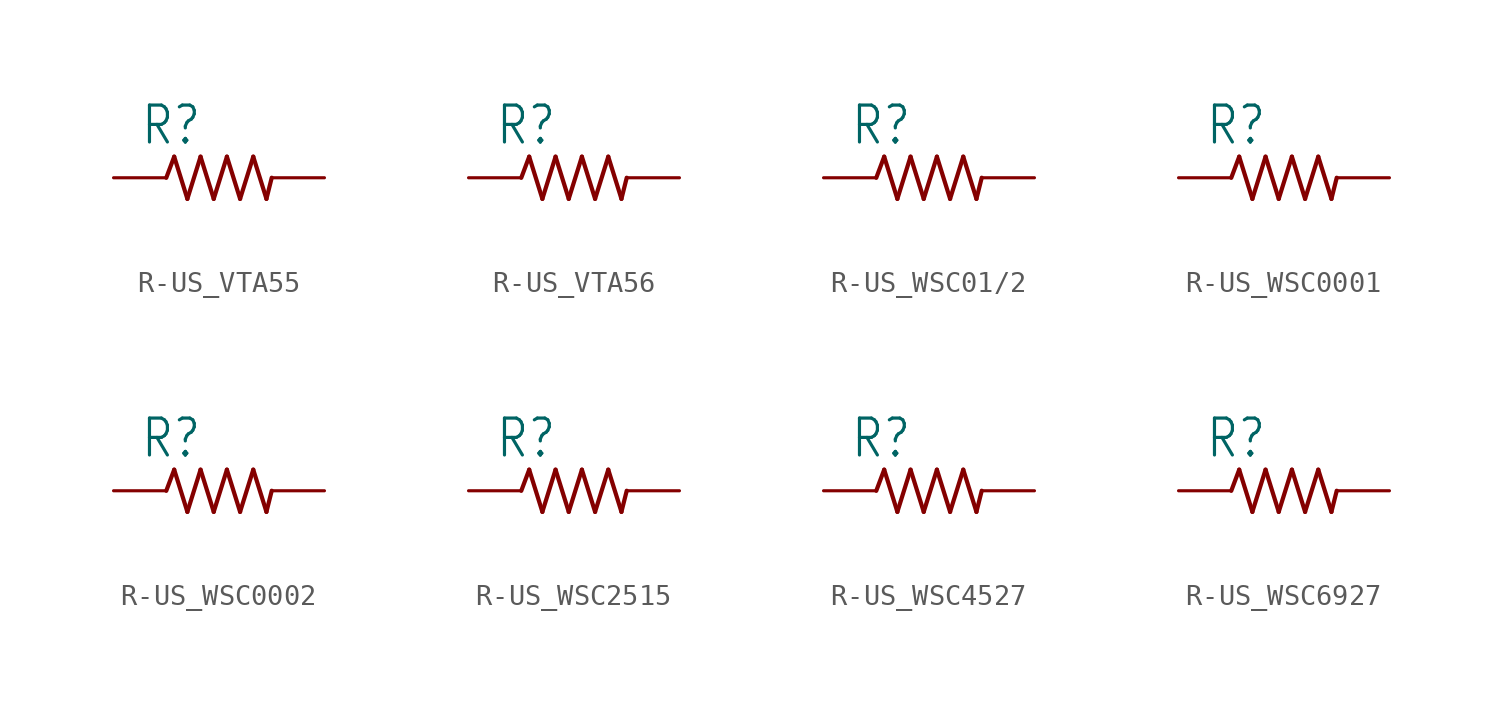
<source format=kicad_sym>
(kicad_symbol_lib
  (version 20220914)
  (generator kicad_symbol_editor)
  (symbol "R-US_VTA55"
    (property "Reference" "R"
      (at -3.81 1.499 0)
      (effects (font (size 1.778 1.511)) (justify left bottom)))
    (property "Value" ""
      (at -3.81 -3.302 0)
      (effects (font (size 1.778 1.511)) (justify left bottom)))
    (property "ki_locked" ""
      (at 0 0 0)
      (effects (font (size 1.27 1.27))))
    (symbol "R-US_VTA55_1_0"
      (polyline (pts (xy -2.54 0) (xy -2.159 1.016)) (stroke (width 0.203) (type solid)) (fill (type none)))
      (polyline (pts (xy -2.159 1.016) (xy -1.524 -1.016)) (stroke (width 0.203) (type solid)) (fill (type none)))
      (polyline (pts (xy -1.524 -1.016) (xy -0.889 1.016)) (stroke (width 0.203) (type solid)) (fill (type none)))
      (polyline (pts (xy -0.889 1.016) (xy -0.254 -1.016)) (stroke (width 0.203) (type solid)) (fill (type none)))
      (polyline (pts (xy -0.254 -1.016) (xy 0.381 1.016)) (stroke (width 0.203) (type solid)) (fill (type none)))
      (polyline (pts (xy 0.381 1.016) (xy 1.016 -1.016)) (stroke (width 0.203) (type solid)) (fill (type none)))
      (polyline (pts (xy 1.016 -1.016) (xy 1.651 1.016)) (stroke (width 0.203) (type solid)) (fill (type none)))
      (polyline (pts (xy 1.651 1.016) (xy 2.286 -1.016)) (stroke (width 0.203) (type solid)) (fill (type none)))
      (polyline (pts (xy 2.286 -1.016) (xy 2.54 0)) (stroke (width 0.203) (type solid)) (fill (type none)))
      (pin passive line (at -5.08 0 0) (length 2.54) (name "1" (effects (font (size 0 0)))) (number "1" (effects (font (size 0 0)))))
      (pin passive line (at 5.08 0 180) (length 2.54) (name "2" (effects (font (size 0 0)))) (number "2" (effects (font (size 0 0)))))))
  (symbol "R-US_VTA56"
    (property "Reference" "R"
      (at -3.81 1.499 0)
      (effects (font (size 1.778 1.511)) (justify left bottom)))
    (property "Value" ""
      (at -3.81 -3.302 0)
      (effects (font (size 1.778 1.511)) (justify left bottom)))
    (property "ki_locked" ""
      (at 0 0 0)
      (effects (font (size 1.27 1.27))))
    (symbol "R-US_VTA56_1_0"
      (polyline (pts (xy -2.54 0) (xy -2.159 1.016)) (stroke (width 0.203) (type solid)) (fill (type none)))
      (polyline (pts (xy -2.159 1.016) (xy -1.524 -1.016)) (stroke (width 0.203) (type solid)) (fill (type none)))
      (polyline (pts (xy -1.524 -1.016) (xy -0.889 1.016)) (stroke (width 0.203) (type solid)) (fill (type none)))
      (polyline (pts (xy -0.889 1.016) (xy -0.254 -1.016)) (stroke (width 0.203) (type solid)) (fill (type none)))
      (polyline (pts (xy -0.254 -1.016) (xy 0.381 1.016)) (stroke (width 0.203) (type solid)) (fill (type none)))
      (polyline (pts (xy 0.381 1.016) (xy 1.016 -1.016)) (stroke (width 0.203) (type solid)) (fill (type none)))
      (polyline (pts (xy 1.016 -1.016) (xy 1.651 1.016)) (stroke (width 0.203) (type solid)) (fill (type none)))
      (polyline (pts (xy 1.651 1.016) (xy 2.286 -1.016)) (stroke (width 0.203) (type solid)) (fill (type none)))
      (polyline (pts (xy 2.286 -1.016) (xy 2.54 0)) (stroke (width 0.203) (type solid)) (fill (type none)))
      (pin passive line (at -5.08 0 0) (length 2.54) (name "1" (effects (font (size 0 0)))) (number "1" (effects (font (size 0 0)))))
      (pin passive line (at 5.08 0 180) (length 2.54) (name "2" (effects (font (size 0 0)))) (number "2" (effects (font (size 0 0)))))))
  (symbol "R-US_WSC01/2"
    (property "Reference" "R"
      (at -3.81 1.499 0)
      (effects (font (size 1.778 1.511)) (justify left bottom)))
    (property "Value" ""
      (at -3.81 -3.302 0)
      (effects (font (size 1.778 1.511)) (justify left bottom)))
    (property "ki_locked" ""
      (at 0 0 0)
      (effects (font (size 1.27 1.27))))
    (symbol "R-US_WSC01/2_1_0"
      (polyline (pts (xy -2.54 0) (xy -2.159 1.016)) (stroke (width 0.203) (type solid)) (fill (type none)))
      (polyline (pts (xy -2.159 1.016) (xy -1.524 -1.016)) (stroke (width 0.203) (type solid)) (fill (type none)))
      (polyline (pts (xy -1.524 -1.016) (xy -0.889 1.016)) (stroke (width 0.203) (type solid)) (fill (type none)))
      (polyline (pts (xy -0.889 1.016) (xy -0.254 -1.016)) (stroke (width 0.203) (type solid)) (fill (type none)))
      (polyline (pts (xy -0.254 -1.016) (xy 0.381 1.016)) (stroke (width 0.203) (type solid)) (fill (type none)))
      (polyline (pts (xy 0.381 1.016) (xy 1.016 -1.016)) (stroke (width 0.203) (type solid)) (fill (type none)))
      (polyline (pts (xy 1.016 -1.016) (xy 1.651 1.016)) (stroke (width 0.203) (type solid)) (fill (type none)))
      (polyline (pts (xy 1.651 1.016) (xy 2.286 -1.016)) (stroke (width 0.203) (type solid)) (fill (type none)))
      (polyline (pts (xy 2.286 -1.016) (xy 2.54 0)) (stroke (width 0.203) (type solid)) (fill (type none)))
      (pin passive line (at -5.08 0 0) (length 2.54) (name "1" (effects (font (size 0 0)))) (number "1" (effects (font (size 0 0)))))
      (pin passive line (at 5.08 0 180) (length 2.54) (name "2" (effects (font (size 0 0)))) (number "2" (effects (font (size 0 0)))))))
  (symbol "R-US_WSC0001"
    (property "Reference" "R"
      (at -3.81 1.499 0)
      (effects (font (size 1.778 1.511)) (justify left bottom)))
    (property "Value" ""
      (at -3.81 -3.302 0)
      (effects (font (size 1.778 1.511)) (justify left bottom)))
    (property "ki_locked" ""
      (at 0 0 0)
      (effects (font (size 1.27 1.27))))
    (symbol "R-US_WSC0001_1_0"
      (polyline (pts (xy -2.54 0) (xy -2.159 1.016)) (stroke (width 0.203) (type solid)) (fill (type none)))
      (polyline (pts (xy -2.159 1.016) (xy -1.524 -1.016)) (stroke (width 0.203) (type solid)) (fill (type none)))
      (polyline (pts (xy -1.524 -1.016) (xy -0.889 1.016)) (stroke (width 0.203) (type solid)) (fill (type none)))
      (polyline (pts (xy -0.889 1.016) (xy -0.254 -1.016)) (stroke (width 0.203) (type solid)) (fill (type none)))
      (polyline (pts (xy -0.254 -1.016) (xy 0.381 1.016)) (stroke (width 0.203) (type solid)) (fill (type none)))
      (polyline (pts (xy 0.381 1.016) (xy 1.016 -1.016)) (stroke (width 0.203) (type solid)) (fill (type none)))
      (polyline (pts (xy 1.016 -1.016) (xy 1.651 1.016)) (stroke (width 0.203) (type solid)) (fill (type none)))
      (polyline (pts (xy 1.651 1.016) (xy 2.286 -1.016)) (stroke (width 0.203) (type solid)) (fill (type none)))
      (polyline (pts (xy 2.286 -1.016) (xy 2.54 0)) (stroke (width 0.203) (type solid)) (fill (type none)))
      (pin passive line (at -5.08 0 0) (length 2.54) (name "1" (effects (font (size 0 0)))) (number "1" (effects (font (size 0 0)))))
      (pin passive line (at 5.08 0 180) (length 2.54) (name "2" (effects (font (size 0 0)))) (number "2" (effects (font (size 0 0)))))))
  (symbol "R-US_WSC0002"
    (property "Reference" "R"
      (at -3.81 1.499 0)
      (effects (font (size 1.778 1.511)) (justify left bottom)))
    (property "Value" ""
      (at -3.81 -3.302 0)
      (effects (font (size 1.778 1.511)) (justify left bottom)))
    (property "ki_locked" ""
      (at 0 0 0)
      (effects (font (size 1.27 1.27))))
    (symbol "R-US_WSC0002_1_0"
      (polyline (pts (xy -2.54 0) (xy -2.159 1.016)) (stroke (width 0.203) (type solid)) (fill (type none)))
      (polyline (pts (xy -2.159 1.016) (xy -1.524 -1.016)) (stroke (width 0.203) (type solid)) (fill (type none)))
      (polyline (pts (xy -1.524 -1.016) (xy -0.889 1.016)) (stroke (width 0.203) (type solid)) (fill (type none)))
      (polyline (pts (xy -0.889 1.016) (xy -0.254 -1.016)) (stroke (width 0.203) (type solid)) (fill (type none)))
      (polyline (pts (xy -0.254 -1.016) (xy 0.381 1.016)) (stroke (width 0.203) (type solid)) (fill (type none)))
      (polyline (pts (xy 0.381 1.016) (xy 1.016 -1.016)) (stroke (width 0.203) (type solid)) (fill (type none)))
      (polyline (pts (xy 1.016 -1.016) (xy 1.651 1.016)) (stroke (width 0.203) (type solid)) (fill (type none)))
      (polyline (pts (xy 1.651 1.016) (xy 2.286 -1.016)) (stroke (width 0.203) (type solid)) (fill (type none)))
      (polyline (pts (xy 2.286 -1.016) (xy 2.54 0)) (stroke (width 0.203) (type solid)) (fill (type none)))
      (pin passive line (at -5.08 0 0) (length 2.54) (name "1" (effects (font (size 0 0)))) (number "1" (effects (font (size 0 0)))))
      (pin passive line (at 5.08 0 180) (length 2.54) (name "2" (effects (font (size 0 0)))) (number "2" (effects (font (size 0 0)))))))
  (symbol "R-US_WSC2515"
    (property "Reference" "R"
      (at -3.81 1.499 0)
      (effects (font (size 1.778 1.511)) (justify left bottom)))
    (property "Value" ""
      (at -3.81 -3.302 0)
      (effects (font (size 1.778 1.511)) (justify left bottom)))
    (property "ki_locked" ""
      (at 0 0 0)
      (effects (font (size 1.27 1.27))))
    (symbol "R-US_WSC2515_1_0"
      (polyline (pts (xy -2.54 0) (xy -2.159 1.016)) (stroke (width 0.203) (type solid)) (fill (type none)))
      (polyline (pts (xy -2.159 1.016) (xy -1.524 -1.016)) (stroke (width 0.203) (type solid)) (fill (type none)))
      (polyline (pts (xy -1.524 -1.016) (xy -0.889 1.016)) (stroke (width 0.203) (type solid)) (fill (type none)))
      (polyline (pts (xy -0.889 1.016) (xy -0.254 -1.016)) (stroke (width 0.203) (type solid)) (fill (type none)))
      (polyline (pts (xy -0.254 -1.016) (xy 0.381 1.016)) (stroke (width 0.203) (type solid)) (fill (type none)))
      (polyline (pts (xy 0.381 1.016) (xy 1.016 -1.016)) (stroke (width 0.203) (type solid)) (fill (type none)))
      (polyline (pts (xy 1.016 -1.016) (xy 1.651 1.016)) (stroke (width 0.203) (type solid)) (fill (type none)))
      (polyline (pts (xy 1.651 1.016) (xy 2.286 -1.016)) (stroke (width 0.203) (type solid)) (fill (type none)))
      (polyline (pts (xy 2.286 -1.016) (xy 2.54 0)) (stroke (width 0.203) (type solid)) (fill (type none)))
      (pin passive line (at -5.08 0 0) (length 2.54) (name "1" (effects (font (size 0 0)))) (number "1" (effects (font (size 0 0)))))
      (pin passive line (at 5.08 0 180) (length 2.54) (name "2" (effects (font (size 0 0)))) (number "2" (effects (font (size 0 0)))))))
  (symbol "R-US_WSC4527"
    (property "Reference" "R"
      (at -3.81 1.499 0)
      (effects (font (size 1.778 1.511)) (justify left bottom)))
    (property "Value" ""
      (at -3.81 -3.302 0)
      (effects (font (size 1.778 1.511)) (justify left bottom)))
    (property "ki_locked" ""
      (at 0 0 0)
      (effects (font (size 1.27 1.27))))
    (symbol "R-US_WSC4527_1_0"
      (polyline (pts (xy -2.54 0) (xy -2.159 1.016)) (stroke (width 0.203) (type solid)) (fill (type none)))
      (polyline (pts (xy -2.159 1.016) (xy -1.524 -1.016)) (stroke (width 0.203) (type solid)) (fill (type none)))
      (polyline (pts (xy -1.524 -1.016) (xy -0.889 1.016)) (stroke (width 0.203) (type solid)) (fill (type none)))
      (polyline (pts (xy -0.889 1.016) (xy -0.254 -1.016)) (stroke (width 0.203) (type solid)) (fill (type none)))
      (polyline (pts (xy -0.254 -1.016) (xy 0.381 1.016)) (stroke (width 0.203) (type solid)) (fill (type none)))
      (polyline (pts (xy 0.381 1.016) (xy 1.016 -1.016)) (stroke (width 0.203) (type solid)) (fill (type none)))
      (polyline (pts (xy 1.016 -1.016) (xy 1.651 1.016)) (stroke (width 0.203) (type solid)) (fill (type none)))
      (polyline (pts (xy 1.651 1.016) (xy 2.286 -1.016)) (stroke (width 0.203) (type solid)) (fill (type none)))
      (polyline (pts (xy 2.286 -1.016) (xy 2.54 0)) (stroke (width 0.203) (type solid)) (fill (type none)))
      (pin passive line (at -5.08 0 0) (length 2.54) (name "1" (effects (font (size 0 0)))) (number "1" (effects (font (size 0 0)))))
      (pin passive line (at 5.08 0 180) (length 2.54) (name "2" (effects (font (size 0 0)))) (number "2" (effects (font (size 0 0)))))))
  (symbol "R-US_WSC6927"
    (property "Reference" "R"
      (at -3.81 1.499 0)
      (effects (font (size 1.778 1.511)) (justify left bottom)))
    (property "Value" ""
      (at -3.81 -3.302 0)
      (effects (font (size 1.778 1.511)) (justify left bottom)))
    (property "ki_locked" ""
      (at 0 0 0)
      (effects (font (size 1.27 1.27))))
    (symbol "R-US_WSC6927_1_0"
      (polyline (pts (xy -2.54 0) (xy -2.159 1.016)) (stroke (width 0.203) (type solid)) (fill (type none)))
      (polyline (pts (xy -2.159 1.016) (xy -1.524 -1.016)) (stroke (width 0.203) (type solid)) (fill (type none)))
      (polyline (pts (xy -1.524 -1.016) (xy -0.889 1.016)) (stroke (width 0.203) (type solid)) (fill (type none)))
      (polyline (pts (xy -0.889 1.016) (xy -0.254 -1.016)) (stroke (width 0.203) (type solid)) (fill (type none)))
      (polyline (pts (xy -0.254 -1.016) (xy 0.381 1.016)) (stroke (width 0.203) (type solid)) (fill (type none)))
      (polyline (pts (xy 0.381 1.016) (xy 1.016 -1.016)) (stroke (width 0.203) (type solid)) (fill (type none)))
      (polyline (pts (xy 1.016 -1.016) (xy 1.651 1.016)) (stroke (width 0.203) (type solid)) (fill (type none)))
      (polyline (pts (xy 1.651 1.016) (xy 2.286 -1.016)) (stroke (width 0.203) (type solid)) (fill (type none)))
      (polyline (pts (xy 2.286 -1.016) (xy 2.54 0)) (stroke (width 0.203) (type solid)) (fill (type none)))
      (pin passive line (at -5.08 0 0) (length 2.54) (name "1" (effects (font (size 0 0)))) (number "1" (effects (font (size 0 0)))))
      (pin passive line (at 5.08 0 180) (length 2.54) (name "2" (effects (font (size 0 0)))) (number "2" (effects (font (size 0 0))))))))
</source>
